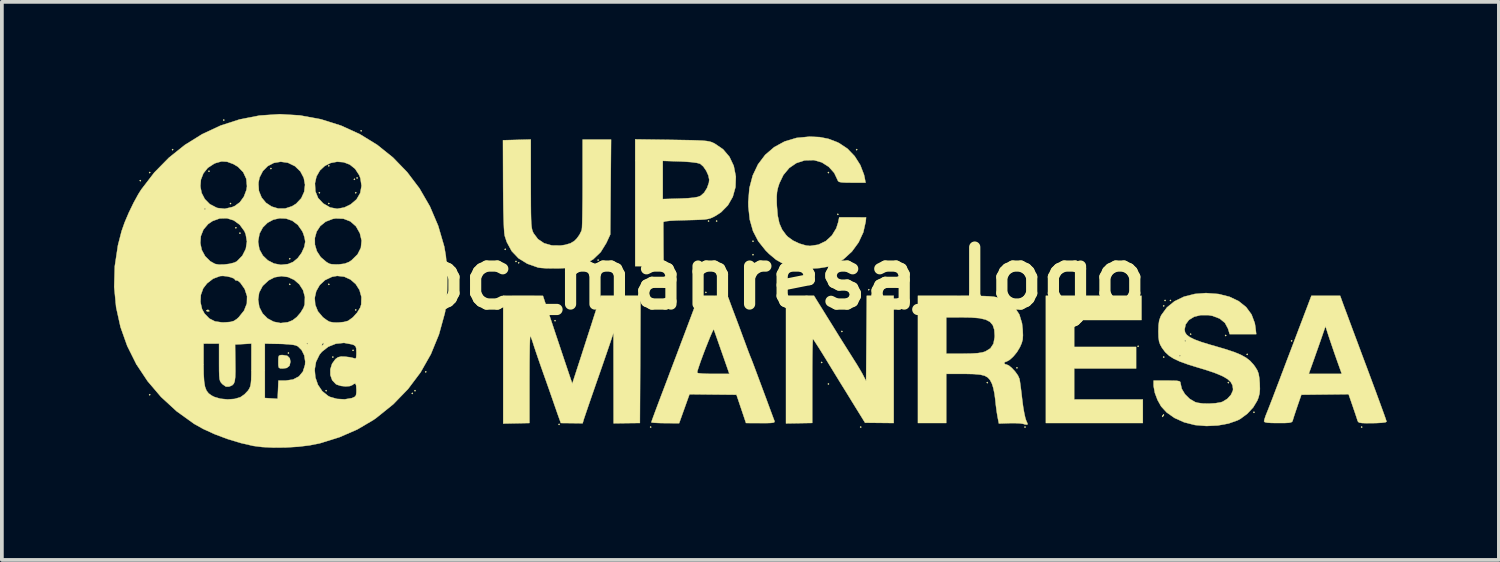
<source format=kicad_pcb>
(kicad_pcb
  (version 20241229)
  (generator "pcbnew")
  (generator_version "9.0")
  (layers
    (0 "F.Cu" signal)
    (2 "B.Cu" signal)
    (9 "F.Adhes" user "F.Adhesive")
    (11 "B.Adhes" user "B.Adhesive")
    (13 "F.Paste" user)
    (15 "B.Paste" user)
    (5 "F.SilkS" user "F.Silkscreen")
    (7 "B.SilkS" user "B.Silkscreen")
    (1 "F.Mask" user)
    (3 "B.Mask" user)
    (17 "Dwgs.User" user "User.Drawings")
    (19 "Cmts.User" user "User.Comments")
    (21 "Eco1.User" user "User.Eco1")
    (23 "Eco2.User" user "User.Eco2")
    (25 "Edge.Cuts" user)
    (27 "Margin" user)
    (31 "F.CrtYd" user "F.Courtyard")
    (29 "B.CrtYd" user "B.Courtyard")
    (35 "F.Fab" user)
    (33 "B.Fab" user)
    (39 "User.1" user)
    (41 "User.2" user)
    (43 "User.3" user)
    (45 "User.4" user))
  (footprint "upc_manresa_logo"
    (layer "F.Cu")
    (at 17.114 4.395)
    (property "Reference" "upc_manresa_logo" (at 0 0 0) (layer "F.SilkS") (effects (font (size 1.524 1.524) (thickness 0.3))))
    (attr through_hole)
    (fp_poly (pts (xy -16.393 -2.612) (xy -16.411 -2.594) (xy -16.429 -2.612) (xy -16.411 -2.63) (xy -16.393 -2.612)) (stroke (width 0.01) (type solid)) (fill yes) (layer "F.SilkS"))
    (fp_poly (pts (xy -16.141 -2.828) (xy -16.159 -2.81) (xy -16.177 -2.828) (xy -16.159 -2.846) (xy -16.141 -2.828)) (stroke (width 0.01) (type solid)) (fill yes) (layer "F.SilkS"))
    (fp_poly (pts (xy -16.141 3.116) (xy -16.159 3.134) (xy -16.177 3.116) (xy -16.159 3.098) (xy -16.141 3.116)) (stroke (width 0.01) (type solid)) (fill yes) (layer "F.SilkS"))
    (fp_poly (pts (xy -15.528 -3.441) (xy -15.546 -3.423) (xy -15.564 -3.441) (xy -15.546 -3.459) (xy -15.528 -3.441)) (stroke (width 0.01) (type solid)) (fill yes) (layer "F.SilkS"))
    (fp_poly (pts (xy -14.555 -2.864) (xy -14.573 -2.846) (xy -14.591 -2.864) (xy -14.573 -2.882) (xy -14.555 -2.864)) (stroke (width 0.01) (type solid)) (fill yes) (layer "F.SilkS"))
    (fp_poly (pts (xy -14.159 -4.233) (xy -14.177 -4.215) (xy -14.195 -4.233) (xy -14.177 -4.251) (xy -14.159 -4.233)) (stroke (width 0.01) (type solid)) (fill yes) (layer "F.SilkS"))
    (fp_poly (pts (xy -13.979 -2) (xy -13.997 -1.982) (xy -14.015 -2) (xy -13.997 -2.018) (xy -13.979 -2)) (stroke (width 0.01) (type solid)) (fill yes) (layer "F.SilkS"))
    (fp_poly (pts (xy -13.835 -1.351) (xy -13.853 -1.333) (xy -13.871 -1.351) (xy -13.853 -1.369) (xy -13.835 -1.351)) (stroke (width 0.01) (type solid)) (fill yes) (layer "F.SilkS"))
    (fp_poly (pts (xy -13.727 -1.207) (xy -13.745 -1.189) (xy -13.763 -1.207) (xy -13.745 -1.225) (xy -13.727 -1.207)) (stroke (width 0.01) (type solid)) (fill yes) (layer "F.SilkS"))
    (fp_poly (pts (xy -12.898 -2.936) (xy -12.916 -2.918) (xy -12.934 -2.936) (xy -12.916 -2.954) (xy -12.898 -2.936)) (stroke (width 0.01) (type solid)) (fill yes) (layer "F.SilkS"))
    (fp_poly (pts (xy -12.43 2) (xy -12.448 2.018) (xy -12.466 2) (xy -12.448 1.982) (xy -12.43 2)) (stroke (width 0.01) (type solid)) (fill yes) (layer "F.SilkS"))
    (fp_poly (pts (xy -12.394 -0.522) (xy -12.412 -0.504) (xy -12.43 -0.522) (xy -12.412 -0.54) (xy -12.394 -0.522)) (stroke (width 0.01) (type solid)) (fill yes) (layer "F.SilkS"))
    (fp_poly (pts (xy -12.394 0.162) (xy -12.412 0.18) (xy -12.43 0.162) (xy -12.412 0.144) (xy -12.394 0.162)) (stroke (width 0.01) (type solid)) (fill yes) (layer "F.SilkS"))
    (fp_poly (pts (xy -11.601 -2.288) (xy -11.619 -2.27) (xy -11.637 -2.288) (xy -11.619 -2.306) (xy -11.601 -2.288)) (stroke (width 0.01) (type solid)) (fill yes) (layer "F.SilkS"))
    (fp_poly (pts (xy -11.421 3.008) (xy -11.439 3.026) (xy -11.457 3.008) (xy -11.439 2.99) (xy -11.421 3.008)) (stroke (width 0.01) (type solid)) (fill yes) (layer "F.SilkS"))
    (fp_poly (pts (xy -11.349 -3.008) (xy -11.367 -2.99) (xy -11.385 -3.008) (xy -11.367 -3.026) (xy -11.349 -3.008)) (stroke (width 0.01) (type solid)) (fill yes) (layer "F.SilkS"))
    (fp_poly (pts (xy -11.349 -2) (xy -11.367 -1.982) (xy -11.385 -2) (xy -11.367 -2.018) (xy -11.349 -2)) (stroke (width 0.01) (type solid)) (fill yes) (layer "F.SilkS"))
    (fp_poly (pts (xy -11.349 0.162) (xy -11.367 0.18) (xy -11.385 0.162) (xy -11.367 0.144) (xy -11.349 0.162)) (stroke (width 0.01) (type solid)) (fill yes) (layer "F.SilkS"))
    (fp_poly (pts (xy -11.241 2.108) (xy -11.259 2.126) (xy -11.277 2.108) (xy -11.259 2.09) (xy -11.241 2.108)) (stroke (width 0.01) (type solid)) (fill yes) (layer "F.SilkS"))
    (fp_poly (pts (xy -10.7 1.928) (xy -10.718 1.946) (xy -10.736 1.928) (xy -10.718 1.91) (xy -10.7 1.928)) (stroke (width 0.01) (type solid)) (fill yes) (layer "F.SilkS"))
    (fp_poly (pts (xy -10.664 -2.648) (xy -10.682 -2.63) (xy -10.7 -2.648) (xy -10.682 -2.666) (xy -10.664 -2.648)) (stroke (width 0.01) (type solid)) (fill yes) (layer "F.SilkS"))
    (fp_poly (pts (xy -10.628 -2.288) (xy -10.646 -2.27) (xy -10.664 -2.288) (xy -10.646 -2.306) (xy -10.628 -2.288)) (stroke (width 0.01) (type solid)) (fill yes) (layer "F.SilkS"))
    (fp_poly (pts (xy -10.628 0.847) (xy -10.646 0.865) (xy -10.664 0.847) (xy -10.646 0.829) (xy -10.628 0.847)) (stroke (width 0.01) (type solid)) (fill yes) (layer "F.SilkS"))
    (fp_poly (pts (xy -10.592 -2.684) (xy -10.61 -2.666) (xy -10.628 -2.684) (xy -10.61 -2.702) (xy -10.592 -2.684)) (stroke (width 0.01) (type solid)) (fill yes) (layer "F.SilkS"))
    (fp_poly (pts (xy -10.484 -3.945) (xy -10.502 -3.927) (xy -10.52 -3.945) (xy -10.502 -3.963) (xy -10.484 -3.945)) (stroke (width 0.01) (type solid)) (fill yes) (layer "F.SilkS"))
    (fp_poly (pts (xy -9.115 3.08) (xy -9.133 3.098) (xy -9.151 3.08) (xy -9.133 3.062) (xy -9.115 3.08)) (stroke (width 0.01) (type solid)) (fill yes) (layer "F.SilkS"))
    (fp_poly (pts (xy -9.043 3.008) (xy -9.061 3.026) (xy -9.079 3.008) (xy -9.061 2.99) (xy -9.043 3.008)) (stroke (width 0.01) (type solid)) (fill yes) (layer "F.SilkS"))
    (fp_poly (pts (xy -8.755 2.504) (xy -8.773 2.522) (xy -8.791 2.504) (xy -8.773 2.486) (xy -8.755 2.504)) (stroke (width 0.01) (type solid)) (fill yes) (layer "F.SilkS"))
    (fp_poly (pts (xy -6.629 -0.775) (xy -6.647 -0.757) (xy -6.665 -0.775) (xy -6.647 -0.793) (xy -6.629 -0.775)) (stroke (width 0.01) (type solid)) (fill yes) (layer "F.SilkS"))
    (fp_poly (pts (xy -6.341 -0.45) (xy -6.359 -0.432) (xy -6.377 -0.45) (xy -6.359 -0.468) (xy -6.341 -0.45)) (stroke (width 0.01) (type solid)) (fill yes) (layer "F.SilkS"))
    (fp_poly (pts (xy -6.269 -0.414) (xy -6.287 -0.396) (xy -6.305 -0.414) (xy -6.287 -0.432) (xy -6.269 -0.414)) (stroke (width 0.01) (type solid)) (fill yes) (layer "F.SilkS"))
    (fp_poly (pts (xy -5.296 1.135) (xy -5.314 1.153) (xy -5.332 1.135) (xy -5.314 1.117) (xy -5.296 1.135)) (stroke (width 0.01) (type solid)) (fill yes) (layer "F.SilkS"))
    (fp_poly (pts (xy -5.188 3.909) (xy -5.206 3.927) (xy -5.224 3.909) (xy -5.206 3.891) (xy -5.188 3.909)) (stroke (width 0.01) (type solid)) (fill yes) (layer "F.SilkS"))
    (fp_poly (pts (xy -4.143 -0.486) (xy -4.161 -0.468) (xy -4.179 -0.486) (xy -4.161 -0.504) (xy -4.143 -0.486)) (stroke (width 0.01) (type solid)) (fill yes) (layer "F.SilkS"))
    (fp_poly (pts (xy -2.954 0.414) (xy -2.972 0.432) (xy -2.99 0.414) (xy -2.972 0.396) (xy -2.954 0.414)) (stroke (width 0.01) (type solid)) (fill yes) (layer "F.SilkS"))
    (fp_poly (pts (xy -2.738 3.981) (xy -2.756 3.999) (xy -2.774 3.981) (xy -2.756 3.963) (xy -2.738 3.981)) (stroke (width 0.01) (type solid)) (fill yes) (layer "F.SilkS"))
    (fp_poly (pts (xy -1.261 0.378) (xy -1.279 0.396) (xy -1.297 0.378) (xy -1.279 0.36) (xy -1.261 0.378)) (stroke (width 0.01) (type solid)) (fill yes) (layer "F.SilkS"))
    (fp_poly (pts (xy -1.189 -1.531) (xy -1.207 -1.513) (xy -1.225 -1.531) (xy -1.207 -1.549) (xy -1.189 -1.531)) (stroke (width 0.01) (type solid)) (fill yes) (layer "F.SilkS"))
    (fp_poly (pts (xy -0.973 -1.531) (xy -0.991 -1.513) (xy -1.009 -1.531) (xy -0.991 -1.549) (xy -0.973 -1.531)) (stroke (width 0.01) (type solid)) (fill yes) (layer "F.SilkS"))
    (fp_poly (pts (xy -0.865 0.378) (xy -0.883 0.396) (xy -0.901 0.378) (xy -0.883 0.36) (xy -0.865 0.378)) (stroke (width 0.01) (type solid)) (fill yes) (layer "F.SilkS"))
    (fp_poly (pts (xy 0 -0.991) (xy -0.018 -0.973) (xy -0.036 -0.991) (xy -0.018 -1.009) (xy 0 -0.991)) (stroke (width 0.01) (type solid)) (fill yes) (layer "F.SilkS"))
    (fp_poly (pts (xy 0 -0.63) (xy -0.018 -0.612) (xy -0.036 -0.63) (xy -0.018 -0.649) (xy 0 -0.63)) (stroke (width 0.01) (type solid)) (fill yes) (layer "F.SilkS"))
    (fp_poly (pts (xy 0.252 -0.378) (xy 0.234 -0.36) (xy 0.216 -0.378) (xy 0.234 -0.396) (xy 0.252 -0.378)) (stroke (width 0.01) (type solid)) (fill yes) (layer "F.SilkS"))
    (fp_poly (pts (xy 1.837 2.252) (xy 1.819 2.27) (xy 1.801 2.252) (xy 1.819 2.234) (xy 1.837 2.252)) (stroke (width 0.01) (type solid)) (fill yes) (layer "F.SilkS"))
    (fp_poly (pts (xy 2.018 -2.828) (xy 2 -2.81) (xy 1.982 -2.828) (xy 2 -2.846) (xy 2.018 -2.828)) (stroke (width 0.01) (type solid)) (fill yes) (layer "F.SilkS"))
    (fp_poly (pts (xy 2.018 2.828) (xy 2 2.846) (xy 1.982 2.828) (xy 2 2.81) (xy 2.018 2.828)) (stroke (width 0.01) (type solid)) (fill yes) (layer "F.SilkS"))
    (fp_poly (pts (xy 2.27 -1.711) (xy 2.252 -1.693) (xy 2.234 -1.711) (xy 2.252 -1.729) (xy 2.27 -1.711)) (stroke (width 0.01) (type solid)) (fill yes) (layer "F.SilkS"))
    (fp_poly (pts (xy 2.378 1.423) (xy 2.36 1.441) (xy 2.342 1.423) (xy 2.36 1.405) (xy 2.378 1.423)) (stroke (width 0.01) (type solid)) (fill yes) (layer "F.SilkS"))
    (fp_poly (pts (xy 2.774 -3.441) (xy 2.756 -3.423) (xy 2.738 -3.441) (xy 2.756 -3.459) (xy 2.774 -3.441)) (stroke (width 0.01) (type solid)) (fill yes) (layer "F.SilkS"))
    (fp_poly (pts (xy 2.882 3.981) (xy 2.864 3.999) (xy 2.846 3.981) (xy 2.864 3.963) (xy 2.882 3.981)) (stroke (width 0.01) (type solid)) (fill yes) (layer "F.SilkS"))
    (fp_poly (pts (xy 3.098 0.306) (xy 3.08 0.324) (xy 3.062 0.306) (xy 3.08 0.288) (xy 3.098 0.306)) (stroke (width 0.01) (type solid)) (fill yes) (layer "F.SilkS"))
    (fp_poly (pts (xy 6.269 2.792) (xy 6.251 2.81) (xy 6.233 2.792) (xy 6.251 2.774) (xy 6.269 2.792)) (stroke (width 0.01) (type solid)) (fill yes) (layer "F.SilkS"))
    (fp_poly (pts (xy 7.062 2.396) (xy 7.044 2.414) (xy 7.026 2.396) (xy 7.044 2.378) (xy 7.062 2.396)) (stroke (width 0.01) (type solid)) (fill yes) (layer "F.SilkS"))
    (fp_poly (pts (xy 7.278 3.981) (xy 7.26 3.999) (xy 7.242 3.981) (xy 7.26 3.963) (xy 7.278 3.981)) (stroke (width 0.01) (type solid)) (fill yes) (layer "F.SilkS"))
    (fp_poly (pts (xy 10.304 1.819) (xy 10.286 1.837) (xy 10.268 1.819) (xy 10.286 1.801) (xy 10.304 1.819)) (stroke (width 0.01) (type solid)) (fill yes) (layer "F.SilkS"))
    (fp_poly (pts (xy 10.989 0.739) (xy 10.971 0.757) (xy 10.953 0.739) (xy 10.971 0.721) (xy 10.989 0.739)) (stroke (width 0.01) (type solid)) (fill yes) (layer "F.SilkS"))
    (fp_poly (pts (xy 10.989 2.108) (xy 10.971 2.126) (xy 10.953 2.108) (xy 10.971 2.09) (xy 10.989 2.108)) (stroke (width 0.01) (type solid)) (fill yes) (layer "F.SilkS"))
    (fp_poly (pts (xy 11.025 0.594) (xy 11.007 0.612) (xy 10.989 0.594) (xy 11.007 0.576) (xy 11.025 0.594)) (stroke (width 0.01) (type solid)) (fill yes) (layer "F.SilkS"))
    (fp_poly (pts (xy 11.169 0.594) (xy 11.151 0.612) (xy 11.133 0.594) (xy 11.151 0.576) (xy 11.169 0.594)) (stroke (width 0.01) (type solid)) (fill yes) (layer "F.SilkS"))
    (fp_poly (pts (xy 11.709 1.495) (xy 11.691 1.513) (xy 11.673 1.495) (xy 11.691 1.477) (xy 11.709 1.495)) (stroke (width 0.01) (type solid)) (fill yes) (layer "F.SilkS"))
    (fp_poly (pts (xy 12.646 1.531) (xy 12.628 1.549) (xy 12.61 1.531) (xy 12.628 1.513) (xy 12.646 1.531)) (stroke (width 0.01) (type solid)) (fill yes) (layer "F.SilkS"))
    (fp_poly (pts (xy 12.718 2.792) (xy 12.7 2.81) (xy 12.682 2.792) (xy 12.7 2.774) (xy 12.718 2.792)) (stroke (width 0.01) (type solid)) (fill yes) (layer "F.SilkS"))
    (fp_poly (pts (xy 13.222 2.036) (xy 13.204 2.054) (xy 13.186 2.036) (xy 13.204 2.018) (xy 13.222 2.036)) (stroke (width 0.01) (type solid)) (fill yes) (layer "F.SilkS"))
    (fp_poly (pts (xy 13.403 3.585) (xy 13.385 3.603) (xy 13.367 3.585) (xy 13.385 3.567) (xy 13.403 3.585)) (stroke (width 0.01) (type solid)) (fill yes) (layer "F.SilkS"))
    (fp_poly (pts (xy 14.411 1.675) (xy 14.393 1.693) (xy 14.375 1.675) (xy 14.393 1.657) (xy 14.411 1.675)) (stroke (width 0.01) (type solid)) (fill yes) (layer "F.SilkS"))
    (fp_poly (pts (xy 16.285 3.981) (xy 16.267 3.999) (xy 16.249 3.981) (xy 16.267 3.963) (xy 16.285 3.981)) (stroke (width 0.01) (type solid)) (fill yes) (layer "F.SilkS"))
    (fp_poly (pts (xy -14.589 0.848) (xy -14.558 0.878) (xy -14.595 0.888) (xy -14.608 0.889) (xy -14.644 0.873) (xy -14.641 0.858) (xy -14.6 0.843) (xy -14.589 0.848)) (stroke (width 0.01) (type solid)) (fill yes) (layer "F.SilkS"))
    (fp_poly (pts (xy 10.977 3.662) (xy 10.971 3.675) (xy 10.937 3.709) (xy 10.93 3.711) (xy 10.928 3.688) (xy 10.935 3.675) (xy 10.969 3.64) (xy 10.975 3.639) (xy 10.977 3.662)) (stroke (width 0.01) (type solid)) (fill yes) (layer "F.SilkS"))
    (fp_poly (pts (xy 10.376 1.117) (xy 8.575 1.117) (xy 8.575 1.837) (xy 10.232 1.837) (xy 10.232 2.414) (xy 8.575 2.414) (xy 8.575 3.243) (xy 10.412 3.243) (xy 10.412 3.873) (xy 7.818 3.873) (xy 7.818 0.468) (xy 10.376 0.468) (xy 10.376 1.117)) (stroke (width 0.01) (type solid)) (fill yes) (layer "F.SilkS"))
    (fp_poly (pts (xy -12.478 2.074) (xy -12.411 2.14) (xy -12.394 2.234) (xy -12.418 2.34) (xy -12.492 2.399) (xy -12.599 2.414) (xy -12.669 2.411) (xy -12.705 2.389) (xy -12.717 2.33) (xy -12.718 2.234) (xy -12.716 2.127) (xy -12.701 2.074) (xy -12.662 2.056) (xy -12.599 2.054) (xy -12.478 2.074)) (stroke (width 0.01) (type solid)) (fill yes) (layer "F.SilkS"))
    (fp_poly (pts (xy 1.72 0.64) (xy 1.775 0.728) (xy 1.859 0.863) (xy 1.963 1.031) (xy 2.079 1.217) (xy 2.162 1.351) (xy 2.286 1.552) (xy 2.413 1.754) (xy 2.53 1.94) (xy 2.627 2.093) (xy 2.67 2.162) (xy 2.762 2.307) (xy 2.848 2.451) (xy 2.915 2.568) (xy 2.926 2.59) (xy 3.008 2.749) (xy 3.018 1.609) (xy 3.027 0.468) (xy 3.747 0.468) (xy 3.747 3.873) (xy 3.364 3.869) (xy 2.98 3.865) (xy 2.626 3.292) (xy 2.481 3.056) (xy 2.316 2.79) (xy 2.15 2.519) (xy 1.998 2.271) (xy 1.938 2.172) (xy 1.829 1.996) (xy 1.733 1.843) (xy 1.656 1.724) (xy 1.605 1.647) (xy 1.585 1.623) (xy 1.581 1.657) (xy 1.577 1.755) (xy 1.573 1.907) (xy 1.57 2.106) (xy 1.568 2.342) (xy 1.567 2.607) (xy 1.567 2.746) (xy 1.567 3.871) (xy 1.216 3.877) (xy 0.865 3.883) (xy 0.865 0.468) (xy 1.614 0.468) (xy 1.72 0.64)) (stroke (width 0.01) (type solid)) (fill yes) (layer "F.SilkS"))
    (fp_poly (pts (xy -5.963 -2.532) (xy -5.962 -2.207) (xy -5.961 -1.946) (xy -5.959 -1.741) (xy -5.955 -1.583) (xy -5.95 -1.464) (xy -5.941 -1.377) (xy -5.93 -1.312) (xy -5.915 -1.262) (xy -5.896 -1.218) (xy -5.891 -1.207) (xy -5.772 -1.048) (xy -5.607 -0.937) (xy -5.402 -0.879) (xy -5.165 -0.876) (xy -5.044 -0.894) (xy -4.902 -0.935) (xy -4.798 -0.998) (xy -4.733 -1.063) (xy -4.659 -1.166) (xy -4.607 -1.271) (xy -4.598 -1.303) (xy -4.592 -1.365) (xy -4.587 -1.49) (xy -4.583 -1.668) (xy -4.58 -1.889) (xy -4.577 -2.143) (xy -4.576 -2.421) (xy -4.576 -2.563) (xy -4.576 -3.711) (xy -3.815 -3.711) (xy -3.837 -1.171) (xy -3.942 -0.944) (xy -4.092 -0.701) (xy -4.294 -0.507) (xy -4.544 -0.367) (xy -4.57 -0.356) (xy -4.686 -0.318) (xy -4.813 -0.292) (xy -4.971 -0.276) (xy -5.179 -0.267) (xy -5.206 -0.266) (xy -5.389 -0.265) (xy -5.557 -0.268) (xy -5.691 -0.277) (xy -5.765 -0.287) (xy -6.057 -0.39) (xy -6.292 -0.535) (xy -6.474 -0.727) (xy -6.605 -0.968) (xy -6.66 -1.135) (xy -6.671 -1.213) (xy -6.681 -1.356) (xy -6.689 -1.558) (xy -6.696 -1.813) (xy -6.7 -2.113) (xy -6.703 -2.453) (xy -6.703 -2.486) (xy -6.707 -3.693) (xy -5.963 -3.713) (xy -5.963 -2.532)) (stroke (width 0.01) (type solid)) (fill yes) (layer "F.SilkS"))
    (fp_poly (pts (xy -2.189 -3.703) (xy -1.896 -3.698) (xy -1.666 -3.694) (xy -1.489 -3.688) (xy -1.356 -3.681) (xy -1.258 -3.672) (xy -1.185 -3.659) (xy -1.128 -3.643) (xy -1.078 -3.621) (xy -1.045 -3.605) (xy -0.819 -3.451) (xy -0.648 -3.25) (xy -0.533 -3.007) (xy -0.478 -2.726) (xy -0.477 -2.72) (xy -0.487 -2.439) (xy -0.559 -2.18) (xy -0.689 -1.953) (xy -0.872 -1.767) (xy -1.01 -1.676) (xy -1.085 -1.636) (xy -1.151 -1.607) (xy -1.223 -1.587) (xy -1.313 -1.574) (xy -1.436 -1.566) (xy -1.605 -1.56) (xy -1.81 -1.555) (xy -2.059 -1.548) (xy -2.239 -1.538) (xy -2.355 -1.525) (xy -2.41 -1.509) (xy -2.416 -1.501) (xy -2.417 -1.452) (xy -2.417 -1.344) (xy -2.416 -1.192) (xy -2.415 -1.007) (xy -2.415 -0.892) (xy -2.41 -0.324) (xy -3.17 -0.324) (xy -3.17 -2.119) (xy -2.432 -2.119) (xy -1.982 -2.132) (xy -1.762 -2.142) (xy -1.603 -2.157) (xy -1.491 -2.178) (xy -1.419 -2.206) (xy -1.325 -2.29) (xy -1.246 -2.417) (xy -1.197 -2.559) (xy -1.189 -2.637) (xy -1.212 -2.751) (xy -1.27 -2.878) (xy -1.348 -2.991) (xy -1.43 -3.062) (xy -1.433 -3.064) (xy -1.518 -3.087) (xy -1.663 -3.107) (xy -1.856 -3.121) (xy -1.982 -3.127) (xy -2.432 -3.141) (xy -2.432 -2.119) (xy -3.17 -2.119) (xy -3.17 -3.717) (xy -2.189 -3.703)) (stroke (width 0.01) (type solid)) (fill yes) (layer "F.SilkS"))
    (fp_poly (pts (xy -3.035 2.17) (xy -3.044 3.872) (xy -3.396 3.876) (xy -3.747 3.881) (xy -3.75 1.459) (xy -3.834 1.711) (xy -3.87 1.817) (xy -3.925 1.978) (xy -3.995 2.181) (xy -4.075 2.413) (xy -4.161 2.659) (xy -4.214 2.81) (xy -4.297 3.05) (xy -4.374 3.272) (xy -4.441 3.467) (xy -4.494 3.623) (xy -4.53 3.729) (xy -4.543 3.768) (xy -4.576 3.88) (xy -4.867 3.876) (xy -5.159 3.873) (xy -5.211 3.729) (xy -5.254 3.609) (xy -5.304 3.464) (xy -5.331 3.387) (xy -5.365 3.288) (xy -5.418 3.136) (xy -5.484 2.947) (xy -5.558 2.737) (xy -5.622 2.558) (xy -5.697 2.344) (xy -5.768 2.14) (xy -5.829 1.961) (xy -5.875 1.822) (xy -5.899 1.747) (xy -5.934 1.64) (xy -5.964 1.564) (xy -5.976 1.542) (xy -5.981 1.57) (xy -5.986 1.663) (xy -5.991 1.811) (xy -5.994 2.006) (xy -5.997 2.241) (xy -5.998 2.506) (xy -5.999 2.695) (xy -5.999 3.873) (xy -6.35 3.88) (xy -6.701 3.887) (xy -6.701 0.468) (xy -6.17 0.469) (xy -5.638 0.47) (xy -5.462 1.001) (xy -5.388 1.222) (xy -5.3 1.487) (xy -5.206 1.767) (xy -5.116 2.037) (xy -5.07 2.175) (xy -4.853 2.819) (xy -4.679 2.283) (xy -4.606 2.058) (xy -4.52 1.791) (xy -4.429 1.508) (xy -4.341 1.237) (xy -4.3 1.108) (xy -4.094 0.468) (xy -3.026 0.468) (xy -3.035 2.17)) (stroke (width 0.01) (type solid)) (fill yes) (layer "F.SilkS"))
    (fp_poly (pts (xy 1.764 -3.777) (xy 1.998 -3.731) (xy 2.227 -3.644) (xy 2.288 -3.615) (xy 2.509 -3.468) (xy 2.702 -3.267) (xy 2.853 -3.029) (xy 2.952 -2.77) (xy 2.969 -2.693) (xy 2.994 -2.558) (xy 2.631 -2.558) (xy 2.463 -2.56) (xy 2.354 -2.566) (xy 2.291 -2.578) (xy 2.259 -2.6) (xy 2.249 -2.621) (xy 2.156 -2.818) (xy 2.009 -2.982) (xy 1.824 -3.1) (xy 1.617 -3.16) (xy 1.61 -3.161) (xy 1.366 -3.155) (xy 1.144 -3.083) (xy 0.951 -2.951) (xy 0.794 -2.762) (xy 0.687 -2.539) (xy 0.648 -2.417) (xy 0.625 -2.307) (xy 0.616 -2.185) (xy 0.617 -2.027) (xy 0.621 -1.936) (xy 0.643 -1.676) (xy 0.687 -1.471) (xy 0.76 -1.304) (xy 0.865 -1.161) (xy 0.915 -1.109) (xy 1.051 -1.01) (xy 1.225 -0.928) (xy 1.403 -0.876) (xy 1.508 -0.865) (xy 1.731 -0.899) (xy 1.93 -0.995) (xy 2.093 -1.145) (xy 2.211 -1.338) (xy 2.262 -1.499) (xy 2.289 -1.63) (xy 2.649 -1.63) (xy 3.008 -1.629) (xy 2.997 -1.515) (xy 2.933 -1.23) (xy 2.807 -0.959) (xy 2.628 -0.715) (xy 2.406 -0.511) (xy 2.164 -0.367) (xy 1.99 -0.311) (xy 1.77 -0.274) (xy 1.527 -0.258) (xy 1.287 -0.264) (xy 1.072 -0.293) (xy 1.01 -0.308) (xy 0.793 -0.386) (xy 0.601 -0.495) (xy 0.414 -0.651) (xy 0.319 -0.746) (xy 0.123 -0.992) (xy -0.017 -1.263) (xy -0.104 -1.569) (xy -0.142 -1.919) (xy -0.144 -2.039) (xy -0.114 -2.413) (xy -0.025 -2.75) (xy 0.117 -3.048) (xy 0.309 -3.302) (xy 0.548 -3.507) (xy 0.828 -3.66) (xy 1.146 -3.755) (xy 1.495 -3.789) (xy 1.764 -3.777)) (stroke (width 0.01) (type solid)) (fill yes) (layer "F.SilkS"))
    (fp_poly (pts (xy -0.906 0.47) (xy -0.791 0.475) (xy -0.722 0.487) (xy -0.687 0.506) (xy -0.673 0.531) (xy -0.652 0.591) (xy -0.612 0.7) (xy -0.56 0.84) (xy -0.523 0.937) (xy -0.451 1.127) (xy -0.368 1.349) (xy -0.288 1.567) (xy -0.254 1.657) (xy -0.194 1.82) (xy -0.14 1.966) (xy -0.097 2.076) (xy -0.077 2.126) (xy -0.053 2.185) (xy -0.009 2.3) (xy 0.052 2.462) (xy 0.125 2.658) (xy 0.207 2.878) (xy 0.249 2.991) (xy 0.333 3.216) (xy 0.408 3.42) (xy 0.472 3.593) (xy 0.521 3.725) (xy 0.551 3.804) (xy 0.558 3.822) (xy 0.558 3.846) (xy 0.529 3.862) (xy 0.461 3.871) (xy 0.34 3.875) (xy 0.187 3.875) (xy -0.205 3.873) (xy -0.46 3.116) (xy -1.088 3.11) (xy -1.717 3.103) (xy -1.994 3.878) (xy -2.366 3.876) (xy -2.52 3.873) (xy -2.643 3.867) (xy -2.72 3.86) (xy -2.738 3.854) (xy -2.726 3.816) (xy -2.692 3.721) (xy -2.64 3.58) (xy -2.574 3.403) (xy -2.498 3.201) (xy -2.486 3.169) (xy -2.403 2.952) (xy -2.302 2.685) (xy -2.243 2.527) (xy -1.513 2.527) (xy -1.479 2.539) (xy -1.388 2.549) (xy -1.252 2.556) (xy -1.085 2.558) (xy -1.082 2.558) (xy -0.65 2.558) (xy -0.848 1.991) (xy -0.916 1.798) (xy -0.976 1.626) (xy -1.024 1.489) (xy -1.056 1.398) (xy -1.067 1.369) (xy -1.083 1.387) (xy -1.119 1.461) (xy -1.169 1.577) (xy -1.228 1.724) (xy -1.293 1.887) (xy -1.357 2.056) (xy -1.416 2.216) (xy -1.464 2.356) (xy -1.499 2.463) (xy -1.513 2.524) (xy -1.513 2.527) (xy -2.243 2.527) (xy -2.189 2.385) (xy -2.069 2.069) (xy -1.951 1.755) (xy -1.849 1.486) (xy -1.466 0.468) (xy -1.079 0.468) (xy -0.906 0.47)) (stroke (width 0.01) (type solid)) (fill yes) (layer "F.SilkS"))
    (fp_poly (pts (xy 15.786 0.73) (xy 15.82 0.821) (xy 15.876 0.97) (xy 15.95 1.17) (xy 16.039 1.41) (xy 16.141 1.682) (xy 16.251 1.978) (xy 16.367 2.288) (xy 16.408 2.396) (xy 16.52 2.698) (xy 16.625 2.98) (xy 16.718 3.233) (xy 16.798 3.452) (xy 16.862 3.628) (xy 16.907 3.755) (xy 16.93 3.826) (xy 16.933 3.837) (xy 16.899 3.854) (xy 16.803 3.866) (xy 16.656 3.874) (xy 16.556 3.876) (xy 16.386 3.877) (xy 16.276 3.873) (xy 16.21 3.863) (xy 16.175 3.844) (xy 16.158 3.813) (xy 16.155 3.804) (xy 16.134 3.737) (xy 16.096 3.623) (xy 16.047 3.48) (xy 16.025 3.415) (xy 15.917 3.102) (xy 15.285 3.109) (xy 14.653 3.116) (xy 14.547 3.423) (xy 14.498 3.569) (xy 14.456 3.695) (xy 14.429 3.782) (xy 14.424 3.801) (xy 14.411 3.833) (xy 14.38 3.854) (xy 14.32 3.866) (xy 14.215 3.872) (xy 14.054 3.873) (xy 14.031 3.873) (xy 13.853 3.871) (xy 13.738 3.863) (xy 13.675 3.849) (xy 13.655 3.827) (xy 13.655 3.826) (xy 13.668 3.767) (xy 13.701 3.669) (xy 13.725 3.61) (xy 13.76 3.523) (xy 13.815 3.382) (xy 13.885 3.202) (xy 13.963 2.996) (xy 14.046 2.778) (xy 14.048 2.774) (xy 14.129 2.558) (xy 14.851 2.558) (xy 15.735 2.558) (xy 15.597 2.171) (xy 15.531 1.983) (xy 15.465 1.789) (xy 15.407 1.618) (xy 15.379 1.534) (xy 15.299 1.284) (xy 15.219 1.516) (xy 15.174 1.647) (xy 15.113 1.821) (xy 15.045 2.013) (xy 14.996 2.153) (xy 14.851 2.558) (xy 14.129 2.558) (xy 14.146 2.515) (xy 14.254 2.228) (xy 14.364 1.94) (xy 14.464 1.676) (xy 14.519 1.531) (xy 14.599 1.319) (xy 14.679 1.11) (xy 14.75 0.922) (xy 14.807 0.773) (xy 14.83 0.712) (xy 14.922 0.468) (xy 15.691 0.468) (xy 15.786 0.73)) (stroke (width 0.01) (type solid)) (fill yes) (layer "F.SilkS"))
    (fp_poly (pts (xy 5.713 0.469) (xy 5.963 0.472) (xy 6.157 0.476) (xy 6.306 0.483) (xy 6.417 0.493) (xy 6.5 0.507) (xy 6.562 0.524) (xy 6.562 0.524) (xy 6.804 0.636) (xy 6.985 0.782) (xy 7.108 0.969) (xy 7.179 1.203) (xy 7.198 1.373) (xy 7.204 1.527) (xy 7.197 1.637) (xy 7.172 1.732) (xy 7.125 1.84) (xy 7.119 1.851) (xy 7.044 1.976) (xy 6.949 2.091) (xy 6.851 2.181) (xy 6.765 2.229) (xy 6.74 2.234) (xy 6.703 2.26) (xy 6.701 2.27) (xy 6.731 2.301) (xy 6.761 2.306) (xy 6.827 2.334) (xy 6.912 2.405) (xy 6.999 2.5) (xy 7.071 2.601) (xy 7.11 2.688) (xy 7.111 2.689) (xy 7.124 2.764) (xy 7.142 2.893) (xy 7.163 3.058) (xy 7.184 3.241) (xy 7.185 3.248) (xy 7.209 3.433) (xy 7.238 3.601) (xy 7.267 3.734) (xy 7.293 3.814) (xy 7.294 3.815) (xy 7.328 3.89) (xy 7.32 3.918) (xy 7.259 3.91) (xy 7.206 3.894) (xy 7.126 3.882) (xy 7 3.876) (xy 6.854 3.876) (xy 6.838 3.877) (xy 6.561 3.886) (xy 6.524 3.699) (xy 6.502 3.565) (xy 6.48 3.396) (xy 6.464 3.243) (xy 6.443 3.085) (xy 6.411 2.933) (xy 6.376 2.822) (xy 6.326 2.725) (xy 6.265 2.655) (xy 6.18 2.607) (xy 6.061 2.578) (xy 5.895 2.563) (xy 5.671 2.558) (xy 5.622 2.558) (xy 5.152 2.558) (xy 5.152 3.216) (xy 5.152 3.873) (xy 4.395 3.873) (xy 4.395 2.171) (xy 4.395 2.018) (xy 5.152 2.018) (xy 5.602 2.018) (xy 5.829 2.014) (xy 5.997 2.003) (xy 6.121 1.983) (xy 6.198 1.959) (xy 6.334 1.875) (xy 6.416 1.749) (xy 6.448 1.575) (xy 6.449 1.535) (xy 6.438 1.377) (xy 6.398 1.255) (xy 6.323 1.166) (xy 6.205 1.105) (xy 6.037 1.067) (xy 5.81 1.049) (xy 5.611 1.046) (xy 5.152 1.045) (xy 5.152 2.018) (xy 4.395 2.018) (xy 4.395 0.468) (xy 5.4 0.468) (xy 5.713 0.469)) (stroke (width 0.01) (type solid)) (fill yes) (layer "F.SilkS"))
    (fp_poly (pts (xy 12.435 0.421) (xy 12.728 0.494) (xy 12.976 0.612) (xy 13.175 0.771) (xy 13.32 0.968) (xy 13.407 1.2) (xy 13.423 1.298) (xy 13.446 1.495) (xy 12.736 1.495) (xy 12.691 1.347) (xy 12.609 1.194) (xy 12.469 1.079) (xy 12.277 1.006) (xy 12.169 0.987) (xy 11.961 0.986) (xy 11.783 1.03) (xy 11.645 1.115) (xy 11.558 1.233) (xy 11.529 1.37) (xy 11.542 1.446) (xy 11.586 1.513) (xy 11.669 1.576) (xy 11.797 1.639) (xy 11.978 1.706) (xy 12.219 1.78) (xy 12.353 1.818) (xy 12.639 1.902) (xy 12.864 1.977) (xy 13.04 2.051) (xy 13.176 2.127) (xy 13.285 2.213) (xy 13.375 2.312) (xy 13.416 2.368) (xy 13.474 2.461) (xy 13.509 2.554) (xy 13.529 2.673) (xy 13.539 2.801) (xy 13.544 2.964) (xy 13.534 3.084) (xy 13.506 3.192) (xy 13.474 3.273) (xy 13.365 3.454) (xy 13.206 3.625) (xy 13.021 3.762) (xy 12.951 3.799) (xy 12.705 3.886) (xy 12.418 3.938) (xy 12.113 3.952) (xy 11.813 3.927) (xy 11.8 3.925) (xy 11.515 3.852) (xy 11.26 3.737) (xy 11.048 3.588) (xy 10.901 3.427) (xy 10.805 3.255) (xy 10.734 3.066) (xy 10.702 2.892) (xy 10.7 2.86) (xy 10.7 2.738) (xy 11.061 2.738) (xy 11.225 2.739) (xy 11.329 2.744) (xy 11.388 2.755) (xy 11.415 2.775) (xy 11.421 2.806) (xy 11.421 2.812) (xy 11.453 2.957) (xy 11.54 3.102) (xy 11.665 3.226) (xy 11.812 3.312) (xy 11.871 3.33) (xy 12.013 3.35) (xy 12.183 3.354) (xy 12.355 3.343) (xy 12.498 3.319) (xy 12.548 3.302) (xy 12.673 3.225) (xy 12.77 3.118) (xy 12.822 3.004) (xy 12.826 2.965) (xy 12.812 2.866) (xy 12.766 2.778) (xy 12.681 2.698) (xy 12.55 2.621) (xy 12.367 2.543) (xy 12.125 2.46) (xy 11.9 2.392) (xy 11.624 2.307) (xy 11.407 2.229) (xy 11.241 2.152) (xy 11.115 2.072) (xy 11.385 2.072) (xy 11.403 2.09) (xy 11.421 2.072) (xy 11.403 2.054) (xy 11.385 2.072) (xy 11.115 2.072) (xy 11.113 2.07) (xy 11.013 1.978) (xy 10.931 1.869) (xy 10.926 1.862) (xy 10.876 1.773) (xy 10.846 1.687) (xy 10.845 1.675) (xy 11.529 1.675) (xy 11.547 1.693) (xy 11.565 1.675) (xy 11.547 1.657) (xy 11.529 1.675) (xy 10.845 1.675) (xy 10.832 1.579) (xy 10.828 1.423) (xy 10.833 1.253) (xy 10.85 1.13) (xy 10.886 1.028) (xy 10.906 0.987) (xy 11.056 0.781) (xy 11.26 0.615) (xy 11.512 0.493) (xy 11.804 0.419) (xy 12.102 0.396) (xy 12.435 0.421)) (stroke (width 0.01) (type solid)) (fill yes) (layer "F.SilkS"))
    (fp_poly (pts (xy -12.141 -4.358) (xy -11.575 -4.253) (xy -11.039 -4.084) (xy -10.537 -3.855) (xy -10.073 -3.57) (xy -9.649 -3.23) (xy -9.271 -2.84) (xy -8.94 -2.403) (xy -8.662 -1.923) (xy -8.44 -1.402) (xy -8.278 -0.847) (xy -8.236 -0.601) (xy -8.209 -0.308) (xy -8.198 0.01) (xy -8.201 0.33) (xy -8.22 0.63) (xy -8.254 0.888) (xy -8.264 0.937) (xy -8.42 1.503) (xy -8.636 2.03) (xy -8.912 2.517) (xy -9.248 2.964) (xy -9.643 3.371) (xy -10.098 3.737) (xy -10.181 3.795) (xy -10.604 4.044) (xy -11.083 4.252) (xy -11.613 4.417) (xy -11.619 4.418) (xy -11.883 4.47) (xy -12.191 4.507) (xy -12.52 4.527) (xy -12.848 4.53) (xy -13.15 4.515) (xy -13.385 4.485) (xy -13.723 4.407) (xy -14.074 4.301) (xy -14.416 4.173) (xy -14.727 4.031) (xy -14.97 3.895) (xy -15.44 3.557) (xy -15.856 3.174) (xy -16.215 2.753) (xy -16.517 2.298) (xy -16.759 1.813) (xy -16.782 1.749) (xy -14.718 1.749) (xy -14.718 2.306) (xy -14.715 2.561) (xy -14.703 2.755) (xy -14.68 2.898) (xy -14.641 3.003) (xy -14.583 3.079) (xy -14.502 3.138) (xy -14.429 3.175) (xy -14.266 3.223) (xy -14.076 3.241) (xy -13.889 3.228) (xy -13.734 3.183) (xy -13.728 3.179) (xy -13.622 3.105) (xy -13.529 3.007) (xy -13.52 2.994) (xy -13.489 2.943) (xy -13.467 2.889) (xy -13.453 2.819) (xy -13.444 2.72) (xy -13.44 2.579) (xy -13.439 2.384) (xy -13.439 2.309) (xy -13.438 1.747) (xy -13.078 1.747) (xy -13.078 2.475) (xy -13.078 3.203) (xy -12.736 3.225) (xy -12.725 2.981) (xy -12.715 2.738) (xy -12.527 2.738) (xy -12.325 2.709) (xy -12.166 2.626) (xy -12.058 2.494) (xy -12.042 2.443) (xy -11.745 2.443) (xy -11.726 2.653) (xy -11.658 2.85) (xy -11.543 3.02) (xy -11.385 3.148) (xy -11.335 3.174) (xy -11.149 3.227) (xy -10.943 3.239) (xy -10.753 3.207) (xy -10.742 3.203) (xy -10.674 3.173) (xy -10.64 3.132) (xy -10.629 3.055) (xy -10.628 2.987) (xy -10.635 2.869) (xy -10.656 2.817) (xy -10.698 2.826) (xy -10.728 2.852) (xy -10.802 2.884) (xy -10.915 2.893) (xy -11.041 2.88) (xy -11.15 2.846) (xy -11.179 2.83) (xy -11.276 2.727) (xy -11.325 2.589) (xy -11.326 2.436) (xy -11.279 2.286) (xy -11.189 2.163) (xy -11.119 2.113) (xy -11.037 2.094) (xy -10.928 2.098) (xy -10.811 2.112) (xy -10.717 2.132) (xy -10.691 2.141) (xy -10.654 2.149) (xy -10.635 2.121) (xy -10.629 2.041) (xy -10.628 1.989) (xy -10.632 1.88) (xy -10.65 1.821) (xy -10.695 1.787) (xy -10.742 1.769) (xy -10.96 1.728) (xy -11.179 1.751) (xy -11.382 1.832) (xy -11.552 1.966) (xy -11.616 2.044) (xy -11.709 2.235) (xy -11.745 2.443) (xy -12.042 2.443) (xy -12.003 2.316) (xy -11.998 2.227) (xy -12.023 2.064) (xy -12.093 1.922) (xy -12.194 1.822) (xy -12.238 1.799) (xy -11.556 1.799) (xy -11.551 1.801) (xy -11.518 1.776) (xy -11.511 1.765) (xy -11.502 1.732) (xy -11.507 1.729) (xy -11.54 1.755) (xy -11.547 1.765) (xy -11.556 1.799) (xy -12.238 1.799) (xy -12.241 1.798) (xy -12.319 1.781) (xy -12.447 1.767) (xy -12.607 1.757) (xy -12.709 1.754) (xy -13.078 1.747) (xy -11.961 1.747) (xy -11.943 1.765) (xy -11.925 1.747) (xy -11.943 1.729) (xy -11.961 1.747) (xy -13.078 1.747) (xy -13.438 1.747) (xy -13.656 1.76) (xy -13.874 1.772) (xy -13.868 2.276) (xy -13.866 2.491) (xy -13.871 2.645) (xy -13.884 2.751) (xy -13.909 2.819) (xy -13.949 2.861) (xy -14.008 2.888) (xy -14.041 2.899) (xy -14.121 2.898) (xy -14.204 2.84) (xy -14.213 2.832) (xy -14.249 2.793) (xy -14.274 2.752) (xy -14.29 2.695) (xy -14.298 2.609) (xy -14.302 2.48) (xy -14.303 2.296) (xy -14.303 2.244) (xy -14.303 1.747) (xy -14.51 1.748) (xy -14.718 1.749) (xy -16.782 1.749) (xy -16.94 1.304) (xy -17.057 0.775) (xy -17.07 0.638) (xy -14.801 0.638) (xy -14.759 0.824) (xy -14.691 0.946) (xy -14.562 1.078) (xy -14.411 1.154) (xy -14.222 1.181) (xy -14.132 1.179) (xy -13.999 1.168) (xy -13.909 1.143) (xy -13.832 1.093) (xy -13.777 1.043) (xy -13.634 0.865) (xy -13.559 0.675) (xy -13.556 0.571) (xy -13.258 0.571) (xy -13.226 0.772) (xy -13.138 0.942) (xy -13.006 1.075) (xy -12.841 1.163) (xy -12.656 1.199) (xy -12.462 1.176) (xy -12.335 1.124) (xy -12.226 1.04) (xy -12.122 0.92) (xy -12.043 0.789) (xy -12.013 0.703) (xy -12.007 0.523) (xy -11.744 0.523) (xy -11.73 0.708) (xy -11.659 0.884) (xy -11.528 1.04) (xy -11.511 1.054) (xy -11.426 1.117) (xy -11.357 1.159) (xy -11.349 1.163) (xy -11.242 1.183) (xy -11.101 1.184) (xy -10.96 1.169) (xy -10.854 1.14) (xy -10.848 1.137) (xy -10.723 1.046) (xy -10.609 0.92) (xy -10.526 0.784) (xy -10.5 0.703) (xy -10.494 0.5) (xy -10.546 0.314) (xy -10.647 0.155) (xy -10.787 0.033) (xy -10.955 -0.043) (xy -11.142 -0.064) (xy -11.279 -0.04) (xy -11.468 0.049) (xy -11.61 0.181) (xy -11.703 0.344) (xy -11.744 0.523) (xy -12.007 0.523) (xy -12.006 0.499) (xy -12.057 0.316) (xy -12.156 0.162) (xy -12.292 0.043) (xy -12.455 -0.032) (xy -12.634 -0.057) (xy -12.818 -0.026) (xy -12.976 0.055) (xy -13.136 0.204) (xy -13.23 0.382) (xy -13.258 0.571) (xy -13.556 0.571) (xy -13.554 0.479) (xy -13.618 0.285) (xy -13.736 0.118) (xy -13.797 0.067) (xy -13.84 0.057) (xy -13.84 0.057) (xy -13.87 0.053) (xy -13.871 0.044) (xy -13.903 0.007) (xy -13.984 -0.026) (xy -14.092 -0.052) (xy -14.203 -0.063) (xy -14.278 -0.058) (xy -14.462 0.011) (xy -14.625 0.137) (xy -14.728 0.271) (xy -14.791 0.446) (xy -14.801 0.638) (xy -17.07 0.638) (xy -17.109 0.232) (xy -17.093 -0.321) (xy -17.009 -0.878) (xy -16.993 -0.941) (xy -14.805 -0.941) (xy -14.766 -0.757) (xy -14.676 -0.591) (xy -14.539 -0.455) (xy -14.411 -0.384) (xy -14.311 -0.366) (xy -14.173 -0.368) (xy -14.026 -0.386) (xy -13.898 -0.418) (xy -13.829 -0.451) (xy -13.68 -0.604) (xy -13.588 -0.786) (xy -13.56 -0.965) (xy -13.257 -0.965) (xy -13.223 -0.772) (xy -13.132 -0.608) (xy -12.998 -0.479) (xy -12.832 -0.394) (xy -12.648 -0.359) (xy -12.458 -0.38) (xy -12.321 -0.437) (xy -12.199 -0.538) (xy -12.094 -0.681) (xy -12.022 -0.841) (xy -11.997 -0.979) (xy -12.013 -1.078) (xy -11.741 -1.078) (xy -11.739 -0.9) (xy -11.687 -0.725) (xy -11.583 -0.565) (xy -11.427 -0.432) (xy -11.349 -0.388) (xy -11.284 -0.375) (xy -11.176 -0.37) (xy -11.091 -0.372) (xy -10.94 -0.391) (xy -10.824 -0.437) (xy -10.757 -0.482) (xy -10.598 -0.639) (xy -10.509 -0.814) (xy -10.489 -1.007) (xy -10.536 -1.206) (xy -10.641 -1.391) (xy -10.79 -1.522) (xy -10.973 -1.593) (xy -11.181 -1.602) (xy -11.258 -1.589) (xy -11.451 -1.515) (xy -11.596 -1.397) (xy -11.693 -1.248) (xy -11.741 -1.078) (xy -12.013 -1.078) (xy -12.014 -1.086) (xy -12.056 -1.213) (xy -12.079 -1.262) (xy -12.196 -1.429) (xy -12.344 -1.54) (xy -12.511 -1.598) (xy -12.685 -1.606) (xy -12.854 -1.567) (xy -13.007 -1.484) (xy -13.133 -1.359) (xy -13.22 -1.196) (xy -13.257 -0.997) (xy -13.257 -0.965) (xy -13.56 -0.965) (xy -13.557 -0.982) (xy -13.591 -1.18) (xy -13.625 -1.261) (xy -13.75 -1.433) (xy -13.91 -1.549) (xy -14.092 -1.606) (xy -14.285 -1.601) (xy -14.476 -1.532) (xy -14.595 -1.451) (xy -14.722 -1.302) (xy -14.791 -1.127) (xy -14.805 -0.941) (xy -16.993 -0.941) (xy -16.911 -1.261) (xy -16.829 -1.494) (xy -16.718 -1.755) (xy -16.669 -1.855) (xy -14.7 -1.855) (xy -14.682 -1.837) (xy -14.664 -1.855) (xy -14.682 -1.873) (xy -14.7 -1.855) (xy -16.669 -1.855) (xy -16.591 -2.017) (xy -16.461 -2.254) (xy -16.382 -2.378) (xy -16.32 -2.458) (xy -14.804 -2.458) (xy -14.769 -2.281) (xy -14.685 -2.12) (xy -14.553 -1.985) (xy -14.374 -1.891) (xy -14.338 -1.879) (xy -14.15 -1.859) (xy -13.948 -1.906) (xy -13.883 -1.934) (xy -13.747 -2.033) (xy -13.639 -2.183) (xy -13.571 -2.363) (xy -13.556 -2.461) (xy -13.563 -2.542) (xy -13.251 -2.542) (xy -13.237 -2.337) (xy -13.165 -2.16) (xy -13.048 -2.019) (xy -12.897 -1.919) (xy -12.722 -1.866) (xy -12.536 -1.866) (xy -12.35 -1.927) (xy -12.241 -1.995) (xy -12.104 -2.14) (xy -12.025 -2.314) (xy -12.003 -2.501) (xy -12.01 -2.542) (xy -11.738 -2.542) (xy -11.726 -2.326) (xy -11.653 -2.147) (xy -11.517 -2.002) (xy -11.514 -2) (xy -11.33 -1.894) (xy -11.143 -1.859) (xy -10.949 -1.895) (xy -10.781 -1.977) (xy -10.624 -2.112) (xy -10.526 -2.281) (xy -10.491 -2.473) (xy -10.521 -2.675) (xy -10.553 -2.759) (xy -10.662 -2.927) (xy -10.805 -3.042) (xy -10.97 -3.105) (xy -11.144 -3.118) (xy -11.316 -3.085) (xy -11.473 -3.007) (xy -11.604 -2.886) (xy -11.697 -2.724) (xy -11.738 -2.542) (xy -12.01 -2.542) (xy -12.037 -2.687) (xy -12.127 -2.858) (xy -12.272 -2.999) (xy -12.274 -3) (xy -12.461 -3.091) (xy -12.653 -3.118) (xy -12.837 -3.087) (xy -13 -3.002) (xy -13.132 -2.869) (xy -13.221 -2.695) (xy -13.251 -2.542) (xy -13.563 -2.542) (xy -13.574 -2.66) (xy -13.657 -2.838) (xy -13.798 -2.983) (xy -13.92 -3.056) (xy -14.088 -3.118) (xy -14.235 -3.127) (xy -14.391 -3.084) (xy -14.434 -3.066) (xy -14.605 -2.954) (xy -14.723 -2.807) (xy -14.789 -2.638) (xy -14.804 -2.458) (xy -16.32 -2.458) (xy -16.037 -2.827) (xy -15.647 -3.224) (xy -15.217 -3.568) (xy -14.754 -3.856) (xy -14.263 -4.085) (xy -13.749 -4.251) (xy -13.219 -4.354) (xy -12.677 -4.39) (xy -12.141 -4.358)) (stroke (width 0.01) (type solid)) (fill yes) (layer "F.SilkS")))
  (gr_rect
    (start -3 -3)
    (end 37.052 11.93)
    (stroke (width 0.1) (type default))
    (fill no)
    (layer "Edge.Cuts")))
</source>
